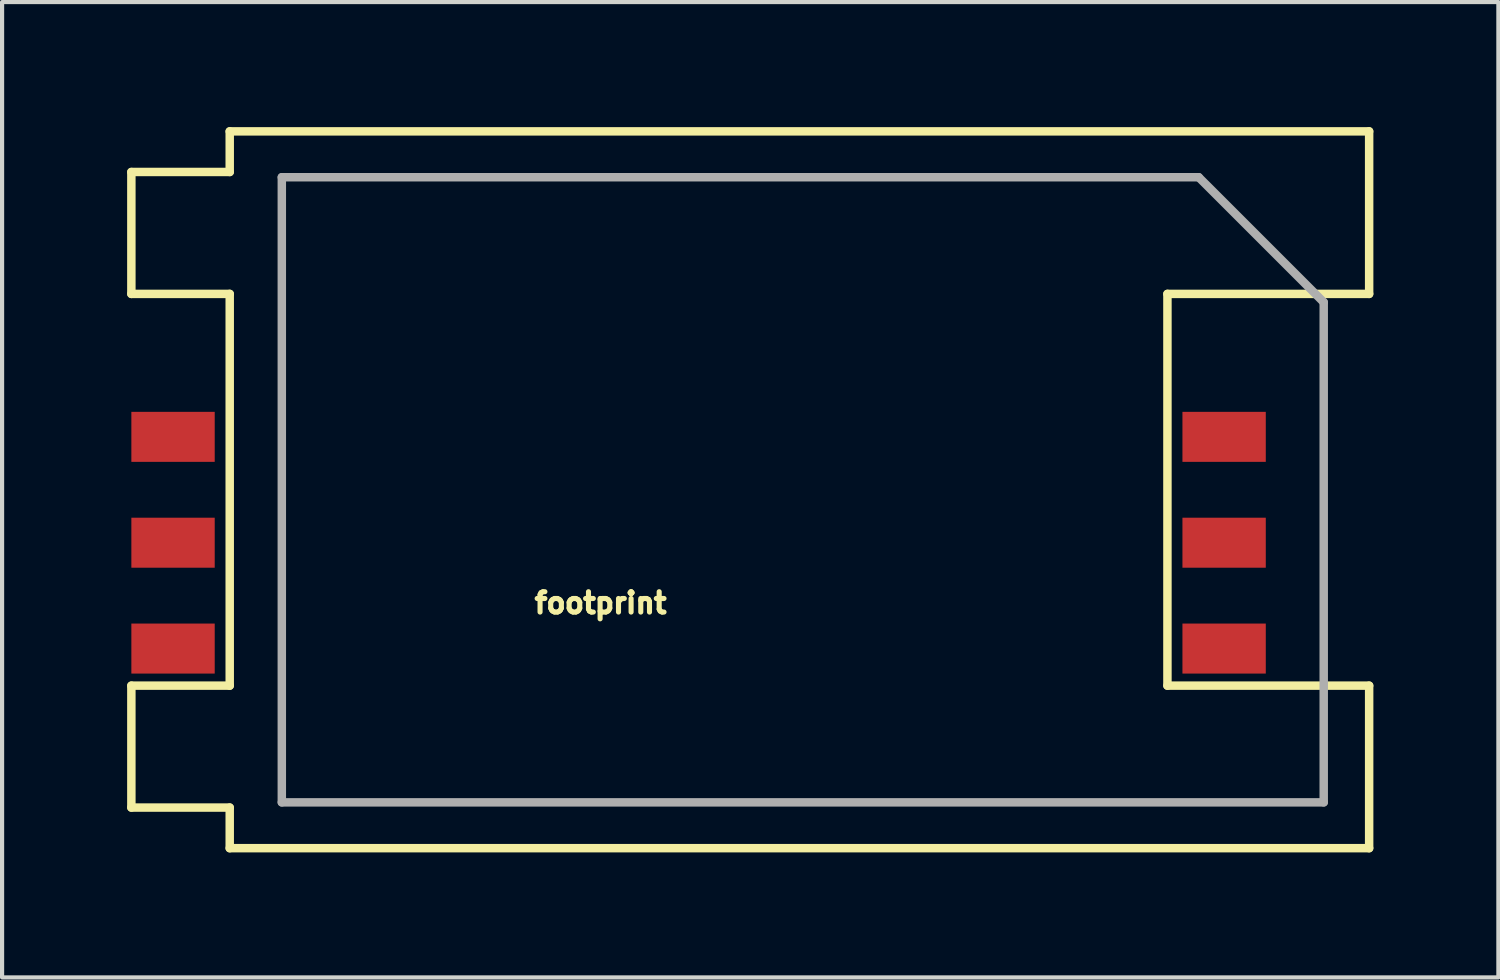
<source format=kicad_pcb>
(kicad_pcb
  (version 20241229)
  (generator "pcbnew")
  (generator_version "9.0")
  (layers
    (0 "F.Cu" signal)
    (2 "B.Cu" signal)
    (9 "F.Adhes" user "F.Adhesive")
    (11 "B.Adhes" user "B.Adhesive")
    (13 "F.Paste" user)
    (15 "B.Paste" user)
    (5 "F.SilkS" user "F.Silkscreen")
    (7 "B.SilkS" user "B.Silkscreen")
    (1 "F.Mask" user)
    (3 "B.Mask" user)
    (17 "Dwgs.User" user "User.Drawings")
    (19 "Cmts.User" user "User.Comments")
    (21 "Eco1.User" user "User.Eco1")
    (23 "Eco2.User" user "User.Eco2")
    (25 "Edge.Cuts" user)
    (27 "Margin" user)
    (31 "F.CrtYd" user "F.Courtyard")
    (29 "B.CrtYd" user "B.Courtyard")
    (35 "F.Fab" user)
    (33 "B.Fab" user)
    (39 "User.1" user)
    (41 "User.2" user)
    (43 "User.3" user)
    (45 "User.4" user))
  (footprint "footprint"
    (layer "F.Cu")
    (at 13.712 8.702)
    (property "Reference" "footprint" (at -4 3 0) (layer "F.SilkS") (effects (font (size 0.488 0.488) (thickness 0.122)) (justify left bottom)))
    (fp_line (start -13.61 -7.625) (end -13.61 -4.7) (stroke (width 0.203) (type solid)) (layer "F.SilkS"))
    (fp_line (start -13.61 -4.7) (end -11.25 -4.7) (stroke (width 0.203) (type solid)) (layer "F.SilkS"))
    (fp_line (start -13.61 7.625) (end -13.61 4.7) (stroke (width 0.203) (type solid)) (layer "F.SilkS"))
    (fp_line (start -13.61 7.625) (end -11.25 7.625) (stroke (width 0.203) (type solid)) (layer "F.SilkS"))
    (fp_line (start -11.25 -8.6) (end -11.25 -7.625) (stroke (width 0.203) (type solid)) (layer "F.SilkS"))
    (fp_line (start -11.25 -8.6) (end 16.09 -8.6) (stroke (width 0.203) (type solid)) (layer "F.SilkS"))
    (fp_line (start -11.25 -7.625) (end -13.61 -7.625) (stroke (width 0.203) (type solid)) (layer "F.SilkS"))
    (fp_line (start -11.25 4.7) (end -13.61 4.7) (stroke (width 0.203) (type solid)) (layer "F.SilkS"))
    (fp_line (start -11.25 4.7) (end -11.25 -4.7) (stroke (width 0.203) (type solid)) (layer "F.SilkS"))
    (fp_line (start -11.25 7.625) (end -11.25 8.6) (stroke (width 0.203) (type solid)) (layer "F.SilkS"))
    (fp_line (start 11.25 -4.7) (end 11.25 4.7) (stroke (width 0.203) (type solid)) (layer "F.SilkS"))
    (fp_line (start 11.25 4.7) (end 16.09 4.7) (stroke (width 0.203) (type solid)) (layer "F.SilkS"))
    (fp_line (start 16.09 -8.6) (end 16.09 -4.7) (stroke (width 0.203) (type solid)) (layer "F.SilkS"))
    (fp_line (start 16.09 -4.7) (end 11.25 -4.7) (stroke (width 0.203) (type solid)) (layer "F.SilkS"))
    (fp_line (start 16.09 4.7) (end 16.09 8.6) (stroke (width 0.203) (type solid)) (layer "F.SilkS"))
    (fp_line (start 16.09 8.6) (end -11.25 8.6) (stroke (width 0.203) (type solid)) (layer "F.SilkS"))
    (fp_line (start -10 -7.5) (end -10 7.5) (stroke (width 0.203) (type solid)) (layer "F.Fab"))
    (fp_line (start -10 -7.5) (end 12 -7.5) (stroke (width 0.203) (type solid)) (layer "F.Fab"))
    (fp_line (start 12 -7.5) (end 15 -4.5) (stroke (width 0.203) (type solid)) (layer "F.Fab"))
    (fp_line (start 15 -4.5) (end 15 7.5) (stroke (width 0.203) (type solid)) (layer "F.Fab"))
    (fp_line (start 15 7.5) (end -10 7.5) (stroke (width 0.203) (type solid)) (layer "F.Fab"))
    (pad "C1" smd rect (at -12.61 3.81 90) (size 1.2 2) (layers "F.Cu" "F.Mask" "F.Paste"))
    (pad "C2" smd rect (at -12.61 1.27 90) (size 1.2 2) (layers "F.Cu" "F.Mask" "F.Paste"))
    (pad "C3" smd rect (at -12.61 -1.27 90) (size 1.2 2) (layers "F.Cu" "F.Mask" "F.Paste"))
    (pad "C5" smd rect (at 12.61 3.81 90) (size 1.2 2) (layers "F.Cu" "F.Mask" "F.Paste"))
    (pad "C6" smd rect (at 12.61 1.27 90) (size 1.2 2) (layers "F.Cu" "F.Mask" "F.Paste"))
    (pad "C7" smd rect (at 12.61 -1.27 90) (size 1.2 2) (layers "F.Cu" "F.Mask" "F.Paste")))
  (gr_rect
    (start -3 -3)
    (end 32.903 20.403)
    (stroke (width 0.1) (type default))
    (fill no)
    (layer "Edge.Cuts")))
</source>
